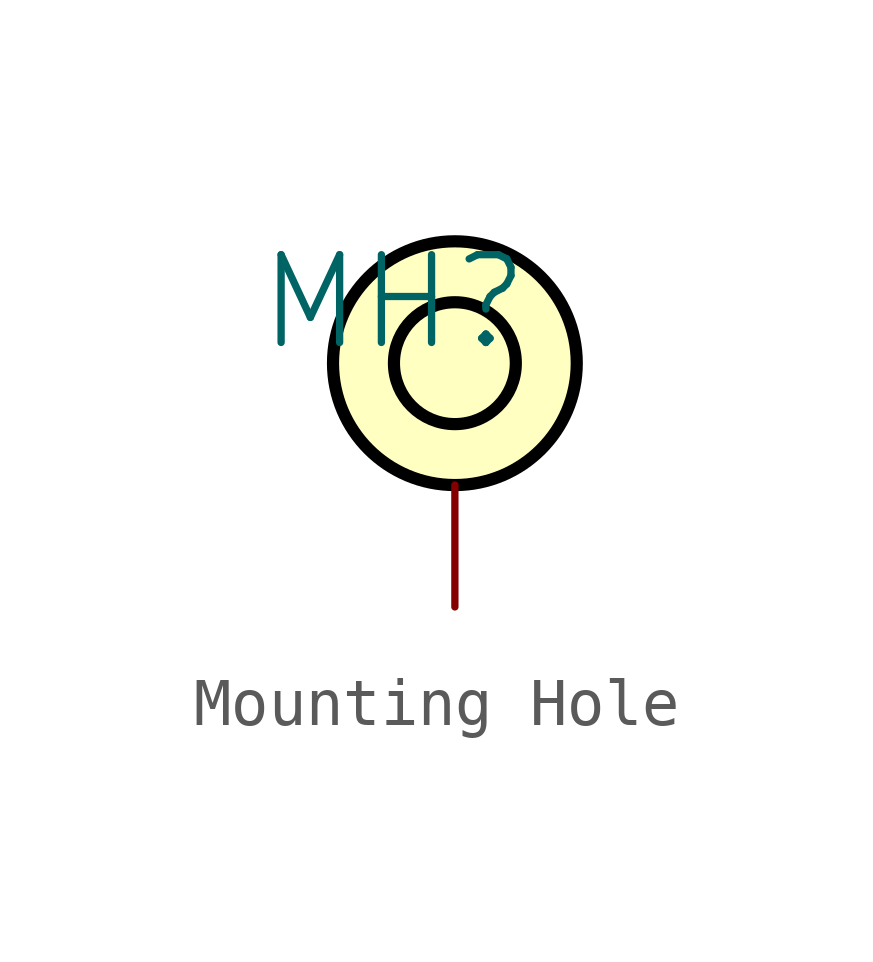
<source format=kicad_sym>
(kicad_symbol_lib
  (version 20231120)
  (generator "kicad_symbol_editor")
  (generator_version "8.0")
  (symbol "Mounting Hole"
    (property "Reference" "MH"
      (at -1.27 1.27 0)
      (effects (font (size 1.829 1.829))))
    (symbol "Mounting Hole_1_0"
      (circle (center 0 0) (radius 1.27) (stroke (width 0.254) (type solid) (color 0 0 0 1)) (fill (type background)))
      (circle (center 0 0) (radius 2.54) (stroke (width 0.254) (type solid) (color 0 0 0 1)) (fill (type background)))
      (pin passive line (at 0 -5.08 90) (length 2.54) (name "MH" (effects (font (size 0 0)))) (number "1" (effects (font (size 0 0))))))))
</source>
